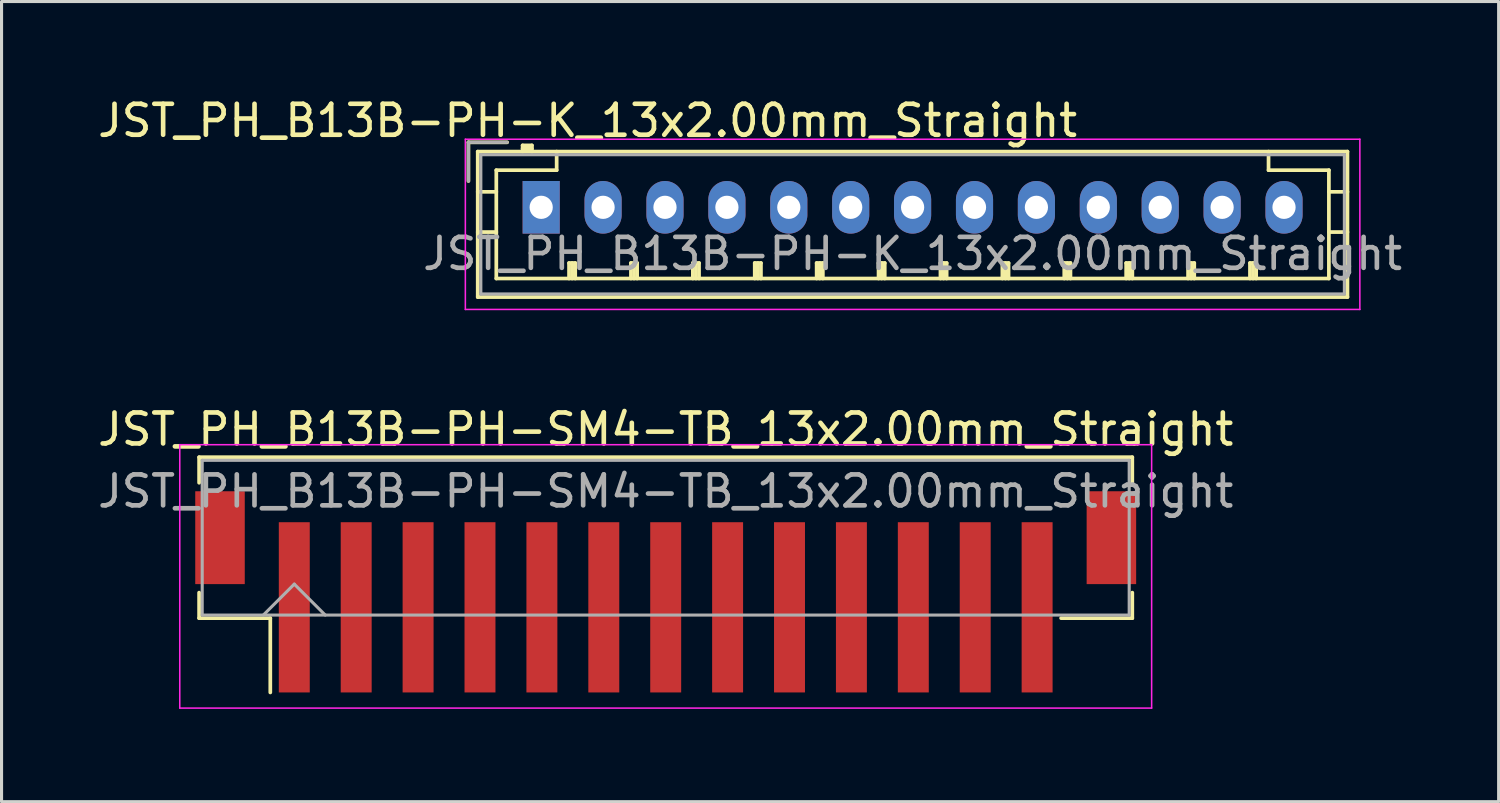
<source format=kicad_pcb>
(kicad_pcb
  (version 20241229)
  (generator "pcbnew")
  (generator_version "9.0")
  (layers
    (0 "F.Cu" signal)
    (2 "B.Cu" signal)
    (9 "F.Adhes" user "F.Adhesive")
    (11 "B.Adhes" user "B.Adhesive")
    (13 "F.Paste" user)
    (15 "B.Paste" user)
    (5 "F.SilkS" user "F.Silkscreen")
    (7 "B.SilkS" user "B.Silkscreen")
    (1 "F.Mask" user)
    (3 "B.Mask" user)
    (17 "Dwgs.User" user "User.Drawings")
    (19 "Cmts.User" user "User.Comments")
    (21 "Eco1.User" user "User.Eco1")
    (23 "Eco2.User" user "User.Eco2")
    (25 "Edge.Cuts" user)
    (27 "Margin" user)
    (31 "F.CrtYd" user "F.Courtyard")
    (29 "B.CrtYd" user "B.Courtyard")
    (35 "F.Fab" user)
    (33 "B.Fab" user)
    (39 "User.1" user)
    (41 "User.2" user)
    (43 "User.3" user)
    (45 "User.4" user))
  (footprint "JST_PH_B13B-PH-K_13x2.00mm_Straight"
    (layer "F.Cu")
    (at 14.435 3.648)
    (property "Reference" "JST_PH_B13B-PH-K_13x2.00mm_Straight" (at 1.5 -2.8 0) (layer "F.SilkS") (effects (font (size 1 1) (thickness 0.15))))
    (attr through_hole)
    (fp_line (start -2.35 -2.1) (end -2.35 -0.85) (stroke (width 0.12) (type solid)) (layer "F.SilkS"))
    (fp_line (start -2.05 -1.8) (end -2.05 2.9) (stroke (width 0.12) (type solid)) (layer "F.SilkS"))
    (fp_line (start -2.05 -0.5) (end -1.45 -0.5) (stroke (width 0.12) (type solid)) (layer "F.SilkS"))
    (fp_line (start -2.05 0.8) (end -1.45 0.8) (stroke (width 0.12) (type solid)) (layer "F.SilkS"))
    (fp_line (start -2.05 2.9) (end 26.05 2.9) (stroke (width 0.12) (type solid)) (layer "F.SilkS"))
    (fp_line (start -1.45 -1.2) (end -1.45 2.3) (stroke (width 0.12) (type solid)) (layer "F.SilkS"))
    (fp_line (start -1.45 2.3) (end 25.45 2.3) (stroke (width 0.12) (type solid)) (layer "F.SilkS"))
    (fp_line (start -1.1 -2.1) (end -2.35 -2.1) (stroke (width 0.12) (type solid)) (layer "F.SilkS"))
    (fp_line (start -0.6 -2) (end -0.6 -1.8) (stroke (width 0.12) (type solid)) (layer "F.SilkS"))
    (fp_line (start -0.3 -2) (end -0.6 -2) (stroke (width 0.12) (type solid)) (layer "F.SilkS"))
    (fp_line (start -0.3 -1.9) (end -0.6 -1.9) (stroke (width 0.12) (type solid)) (layer "F.SilkS"))
    (fp_line (start -0.3 -1.8) (end -0.3 -2) (stroke (width 0.12) (type solid)) (layer "F.SilkS"))
    (fp_line (start 0.5 -1.8) (end 0.5 -1.2) (stroke (width 0.12) (type solid)) (layer "F.SilkS"))
    (fp_line (start 0.5 -1.2) (end -1.45 -1.2) (stroke (width 0.12) (type solid)) (layer "F.SilkS"))
    (fp_line (start 0.9 1.8) (end 1.1 1.8) (stroke (width 0.12) (type solid)) (layer "F.SilkS"))
    (fp_line (start 0.9 2.3) (end 0.9 1.8) (stroke (width 0.12) (type solid)) (layer "F.SilkS"))
    (fp_line (start 1 2.3) (end 1 1.8) (stroke (width 0.12) (type solid)) (layer "F.SilkS"))
    (fp_line (start 1.1 1.8) (end 1.1 2.3) (stroke (width 0.12) (type solid)) (layer "F.SilkS"))
    (fp_line (start 2.9 1.8) (end 3.1 1.8) (stroke (width 0.12) (type solid)) (layer "F.SilkS"))
    (fp_line (start 2.9 2.3) (end 2.9 1.8) (stroke (width 0.12) (type solid)) (layer "F.SilkS"))
    (fp_line (start 3 2.3) (end 3 1.8) (stroke (width 0.12) (type solid)) (layer "F.SilkS"))
    (fp_line (start 3.1 1.8) (end 3.1 2.3) (stroke (width 0.12) (type solid)) (layer "F.SilkS"))
    (fp_line (start 4.9 1.8) (end 5.1 1.8) (stroke (width 0.12) (type solid)) (layer "F.SilkS"))
    (fp_line (start 4.9 2.3) (end 4.9 1.8) (stroke (width 0.12) (type solid)) (layer "F.SilkS"))
    (fp_line (start 5 2.3) (end 5 1.8) (stroke (width 0.12) (type solid)) (layer "F.SilkS"))
    (fp_line (start 5.1 1.8) (end 5.1 2.3) (stroke (width 0.12) (type solid)) (layer "F.SilkS"))
    (fp_line (start 6.9 1.8) (end 7.1 1.8) (stroke (width 0.12) (type solid)) (layer "F.SilkS"))
    (fp_line (start 6.9 2.3) (end 6.9 1.8) (stroke (width 0.12) (type solid)) (layer "F.SilkS"))
    (fp_line (start 7 2.3) (end 7 1.8) (stroke (width 0.12) (type solid)) (layer "F.SilkS"))
    (fp_line (start 7.1 1.8) (end 7.1 2.3) (stroke (width 0.12) (type solid)) (layer "F.SilkS"))
    (fp_line (start 8.9 1.8) (end 9.1 1.8) (stroke (width 0.12) (type solid)) (layer "F.SilkS"))
    (fp_line (start 8.9 2.3) (end 8.9 1.8) (stroke (width 0.12) (type solid)) (layer "F.SilkS"))
    (fp_line (start 9 2.3) (end 9 1.8) (stroke (width 0.12) (type solid)) (layer "F.SilkS"))
    (fp_line (start 9.1 1.8) (end 9.1 2.3) (stroke (width 0.12) (type solid)) (layer "F.SilkS"))
    (fp_line (start 10.9 1.8) (end 11.1 1.8) (stroke (width 0.12) (type solid)) (layer "F.SilkS"))
    (fp_line (start 10.9 2.3) (end 10.9 1.8) (stroke (width 0.12) (type solid)) (layer "F.SilkS"))
    (fp_line (start 11 2.3) (end 11 1.8) (stroke (width 0.12) (type solid)) (layer "F.SilkS"))
    (fp_line (start 11.1 1.8) (end 11.1 2.3) (stroke (width 0.12) (type solid)) (layer "F.SilkS"))
    (fp_line (start 12.9 1.8) (end 13.1 1.8) (stroke (width 0.12) (type solid)) (layer "F.SilkS"))
    (fp_line (start 12.9 2.3) (end 12.9 1.8) (stroke (width 0.12) (type solid)) (layer "F.SilkS"))
    (fp_line (start 13 2.3) (end 13 1.8) (stroke (width 0.12) (type solid)) (layer "F.SilkS"))
    (fp_line (start 13.1 1.8) (end 13.1 2.3) (stroke (width 0.12) (type solid)) (layer "F.SilkS"))
    (fp_line (start 14.9 1.8) (end 15.1 1.8) (stroke (width 0.12) (type solid)) (layer "F.SilkS"))
    (fp_line (start 14.9 2.3) (end 14.9 1.8) (stroke (width 0.12) (type solid)) (layer "F.SilkS"))
    (fp_line (start 15 2.3) (end 15 1.8) (stroke (width 0.12) (type solid)) (layer "F.SilkS"))
    (fp_line (start 15.1 1.8) (end 15.1 2.3) (stroke (width 0.12) (type solid)) (layer "F.SilkS"))
    (fp_line (start 16.9 1.8) (end 17.1 1.8) (stroke (width 0.12) (type solid)) (layer "F.SilkS"))
    (fp_line (start 16.9 2.3) (end 16.9 1.8) (stroke (width 0.12) (type solid)) (layer "F.SilkS"))
    (fp_line (start 17 2.3) (end 17 1.8) (stroke (width 0.12) (type solid)) (layer "F.SilkS"))
    (fp_line (start 17.1 1.8) (end 17.1 2.3) (stroke (width 0.12) (type solid)) (layer "F.SilkS"))
    (fp_line (start 18.9 1.8) (end 19.1 1.8) (stroke (width 0.12) (type solid)) (layer "F.SilkS"))
    (fp_line (start 18.9 2.3) (end 18.9 1.8) (stroke (width 0.12) (type solid)) (layer "F.SilkS"))
    (fp_line (start 19 2.3) (end 19 1.8) (stroke (width 0.12) (type solid)) (layer "F.SilkS"))
    (fp_line (start 19.1 1.8) (end 19.1 2.3) (stroke (width 0.12) (type solid)) (layer "F.SilkS"))
    (fp_line (start 20.9 1.8) (end 21.1 1.8) (stroke (width 0.12) (type solid)) (layer "F.SilkS"))
    (fp_line (start 20.9 2.3) (end 20.9 1.8) (stroke (width 0.12) (type solid)) (layer "F.SilkS"))
    (fp_line (start 21 2.3) (end 21 1.8) (stroke (width 0.12) (type solid)) (layer "F.SilkS"))
    (fp_line (start 21.1 1.8) (end 21.1 2.3) (stroke (width 0.12) (type solid)) (layer "F.SilkS"))
    (fp_line (start 22.9 1.8) (end 23.1 1.8) (stroke (width 0.12) (type solid)) (layer "F.SilkS"))
    (fp_line (start 22.9 2.3) (end 22.9 1.8) (stroke (width 0.12) (type solid)) (layer "F.SilkS"))
    (fp_line (start 23 2.3) (end 23 1.8) (stroke (width 0.12) (type solid)) (layer "F.SilkS"))
    (fp_line (start 23.1 1.8) (end 23.1 2.3) (stroke (width 0.12) (type solid)) (layer "F.SilkS"))
    (fp_line (start 23.5 -1.2) (end 23.5 -1.8) (stroke (width 0.12) (type solid)) (layer "F.SilkS"))
    (fp_line (start 25.45 -1.2) (end 23.5 -1.2) (stroke (width 0.12) (type solid)) (layer "F.SilkS"))
    (fp_line (start 25.45 2.3) (end 25.45 -1.2) (stroke (width 0.12) (type solid)) (layer "F.SilkS"))
    (fp_line (start 26.05 -1.8) (end -2.05 -1.8) (stroke (width 0.12) (type solid)) (layer "F.SilkS"))
    (fp_line (start 26.05 -0.5) (end 25.45 -0.5) (stroke (width 0.12) (type solid)) (layer "F.SilkS"))
    (fp_line (start 26.05 0.8) (end 25.45 0.8) (stroke (width 0.12) (type solid)) (layer "F.SilkS"))
    (fp_line (start 26.05 2.9) (end 26.05 -1.8) (stroke (width 0.12) (type solid)) (layer "F.SilkS"))
    (fp_line (start -2.45 -2.2) (end -2.45 3.3) (stroke (width 0.05) (type solid)) (layer "F.CrtYd"))
    (fp_line (start -2.45 3.3) (end 26.45 3.3) (stroke (width 0.05) (type solid)) (layer "F.CrtYd"))
    (fp_line (start 26.45 -2.2) (end -2.45 -2.2) (stroke (width 0.05) (type solid)) (layer "F.CrtYd"))
    (fp_line (start 26.45 3.3) (end 26.45 -2.2) (stroke (width 0.05) (type solid)) (layer "F.CrtYd"))
    (fp_line (start -2.35 -2.1) (end -2.35 -0.85) (stroke (width 0.1) (type solid)) (layer "F.Fab"))
    (fp_line (start -1.95 -1.7) (end -1.95 2.8) (stroke (width 0.1) (type solid)) (layer "F.Fab"))
    (fp_line (start -1.95 2.8) (end 25.95 2.8) (stroke (width 0.1) (type solid)) (layer "F.Fab"))
    (fp_line (start -1.1 -2.1) (end -2.35 -2.1) (stroke (width 0.1) (type solid)) (layer "F.Fab"))
    (fp_line (start 25.95 -1.7) (end -1.95 -1.7) (stroke (width 0.1) (type solid)) (layer "F.Fab"))
    (fp_line (start 25.95 2.8) (end 25.95 -1.7) (stroke (width 0.1) (type solid)) (layer "F.Fab"))
    (fp_text user "${REFERENCE}" (at 12 1.5 0) (layer "F.Fab") (effects (font (size 1 1) (thickness 0.15))))
    (pad "1" thru_hole rect (at 0 0) (size 1.2 1.7) (drill 0.75) (layers "*.Cu" "*.Mask"))
    (pad "2" thru_hole oval (at 2 0) (size 1.2 1.7) (drill 0.75) (layers "*.Cu" "*.Mask"))
    (pad "3" thru_hole oval (at 4 0) (size 1.2 1.7) (drill 0.75) (layers "*.Cu" "*.Mask"))
    (pad "4" thru_hole oval (at 6 0) (size 1.2 1.7) (drill 0.75) (layers "*.Cu" "*.Mask"))
    (pad "5" thru_hole oval (at 8 0) (size 1.2 1.7) (drill 0.75) (layers "*.Cu" "*.Mask"))
    (pad "6" thru_hole oval (at 10 0) (size 1.2 1.7) (drill 0.75) (layers "*.Cu" "*.Mask"))
    (pad "7" thru_hole oval (at 12 0) (size 1.2 1.7) (drill 0.75) (layers "*.Cu" "*.Mask"))
    (pad "8" thru_hole oval (at 14 0) (size 1.2 1.7) (drill 0.75) (layers "*.Cu" "*.Mask"))
    (pad "9" thru_hole oval (at 16 0) (size 1.2 1.7) (drill 0.75) (layers "*.Cu" "*.Mask"))
    (pad "10" thru_hole oval (at 18 0) (size 1.2 1.7) (drill 0.75) (layers "*.Cu" "*.Mask"))
    (pad "11" thru_hole oval (at 20 0) (size 1.2 1.7) (drill 0.75) (layers "*.Cu" "*.Mask"))
    (pad "12" thru_hole oval (at 22 0) (size 1.2 1.7) (drill 0.75) (layers "*.Cu" "*.Mask"))
    (pad "13" thru_hole oval (at 24 0) (size 1.2 1.7) (drill 0.75) (layers "*.Cu" "*.Mask")))
  (footprint "JST_PH_B13B-PH-SM4-TB_13x2.00mm_Straight"
    (layer "F.Cu")
    (at 18.458 15.447)
    (property "Reference" "JST_PH_B13B-PH-SM4-TB_13x2.00mm_Straight" (at 0 -4.625 0) (layer "F.SilkS") (effects (font (size 1 1) (thickness 0.15))))
    (attr smd)
    (fp_line (start -15.075 -3.725) (end 15.075 -3.725) (stroke (width 0.12) (type solid)) (layer "F.SilkS"))
    (fp_line (start -15.075 -2.9) (end -15.075 -3.725) (stroke (width 0.12) (type solid)) (layer "F.SilkS"))
    (fp_line (start -15.075 0.65) (end -15.075 1.475) (stroke (width 0.12) (type solid)) (layer "F.SilkS"))
    (fp_line (start -15.075 1.475) (end -12.775 1.475) (stroke (width 0.12) (type solid)) (layer "F.SilkS"))
    (fp_line (start -12.775 1.475) (end -12.775 3.875) (stroke (width 0.12) (type solid)) (layer "F.SilkS"))
    (fp_line (start 15.075 -3.725) (end 15.075 -2.9) (stroke (width 0.12) (type solid)) (layer "F.SilkS"))
    (fp_line (start 15.075 0.65) (end 15.075 1.475) (stroke (width 0.12) (type solid)) (layer "F.SilkS"))
    (fp_line (start 15.075 1.475) (end 12.775 1.475) (stroke (width 0.12) (type solid)) (layer "F.SilkS"))
    (fp_line (start -15.7 -4.13) (end -15.7 4.38) (stroke (width 0.05) (type solid)) (layer "F.CrtYd"))
    (fp_line (start -15.7 4.38) (end 15.7 4.38) (stroke (width 0.05) (type solid)) (layer "F.CrtYd"))
    (fp_line (start 15.7 -4.13) (end -15.7 -4.13) (stroke (width 0.05) (type solid)) (layer "F.CrtYd"))
    (fp_line (start 15.7 4.38) (end 15.7 -4.13) (stroke (width 0.05) (type solid)) (layer "F.CrtYd"))
    (fp_line (start -14.975 -3.625) (end -14.975 1.375) (stroke (width 0.1) (type solid)) (layer "F.Fab"))
    (fp_line (start -14.975 1.375) (end 14.975 1.375) (stroke (width 0.1) (type solid)) (layer "F.Fab"))
    (fp_line (start -13 1.375) (end -12 0.375) (stroke (width 0.1) (type solid)) (layer "F.Fab"))
    (fp_line (start -12 0.375) (end -11 1.375) (stroke (width 0.1) (type solid)) (layer "F.Fab"))
    (fp_line (start 14.975 -3.625) (end -14.975 -3.625) (stroke (width 0.1) (type solid)) (layer "F.Fab"))
    (fp_line (start 14.975 1.375) (end 14.975 -3.625) (stroke (width 0.1) (type solid)) (layer "F.Fab"))
    (fp_text user "${REFERENCE}" (at 0 -2.625 0) (layer "F.Fab") (effects (font (size 1 1) (thickness 0.15))))
    (pad "" smd rect (at -14.4 -1.125) (size 1.6 3) (layers "F.Cu" "F.Mask" "F.Paste"))
    (pad "" smd rect (at 14.4 -1.125) (size 1.6 3) (layers "F.Cu" "F.Mask" "F.Paste"))
    (pad "1" smd rect (at -12 1.125) (size 1 5.5) (layers "F.Cu" "F.Mask" "F.Paste"))
    (pad "2" smd rect (at -10 1.125) (size 1 5.5) (layers "F.Cu" "F.Mask" "F.Paste"))
    (pad "3" smd rect (at -8 1.125) (size 1 5.5) (layers "F.Cu" "F.Mask" "F.Paste"))
    (pad "4" smd rect (at -6 1.125) (size 1 5.5) (layers "F.Cu" "F.Mask" "F.Paste"))
    (pad "5" smd rect (at -4 1.125) (size 1 5.5) (layers "F.Cu" "F.Mask" "F.Paste"))
    (pad "6" smd rect (at -2 1.125) (size 1 5.5) (layers "F.Cu" "F.Mask" "F.Paste"))
    (pad "7" smd rect (at 0 1.125) (size 1 5.5) (layers "F.Cu" "F.Mask" "F.Paste"))
    (pad "8" smd rect (at 2 1.125) (size 1 5.5) (layers "F.Cu" "F.Mask" "F.Paste"))
    (pad "9" smd rect (at 4 1.125) (size 1 5.5) (layers "F.Cu" "F.Mask" "F.Paste"))
    (pad "10" smd rect (at 6 1.125) (size 1 5.5) (layers "F.Cu" "F.Mask" "F.Paste"))
    (pad "11" smd rect (at 8 1.125) (size 1 5.5) (layers "F.Cu" "F.Mask" "F.Paste"))
    (pad "12" smd rect (at 10 1.125) (size 1 5.5) (layers "F.Cu" "F.Mask" "F.Paste"))
    (pad "13" smd rect (at 12 1.125) (size 1 5.5) (layers "F.Cu" "F.Mask" "F.Paste")))
  (gr_rect
    (start -3 -3)
    (end 45.369 22.852)
    (stroke (width 0.1) (type default))
    (fill no)
    (layer "Edge.Cuts")))
</source>
